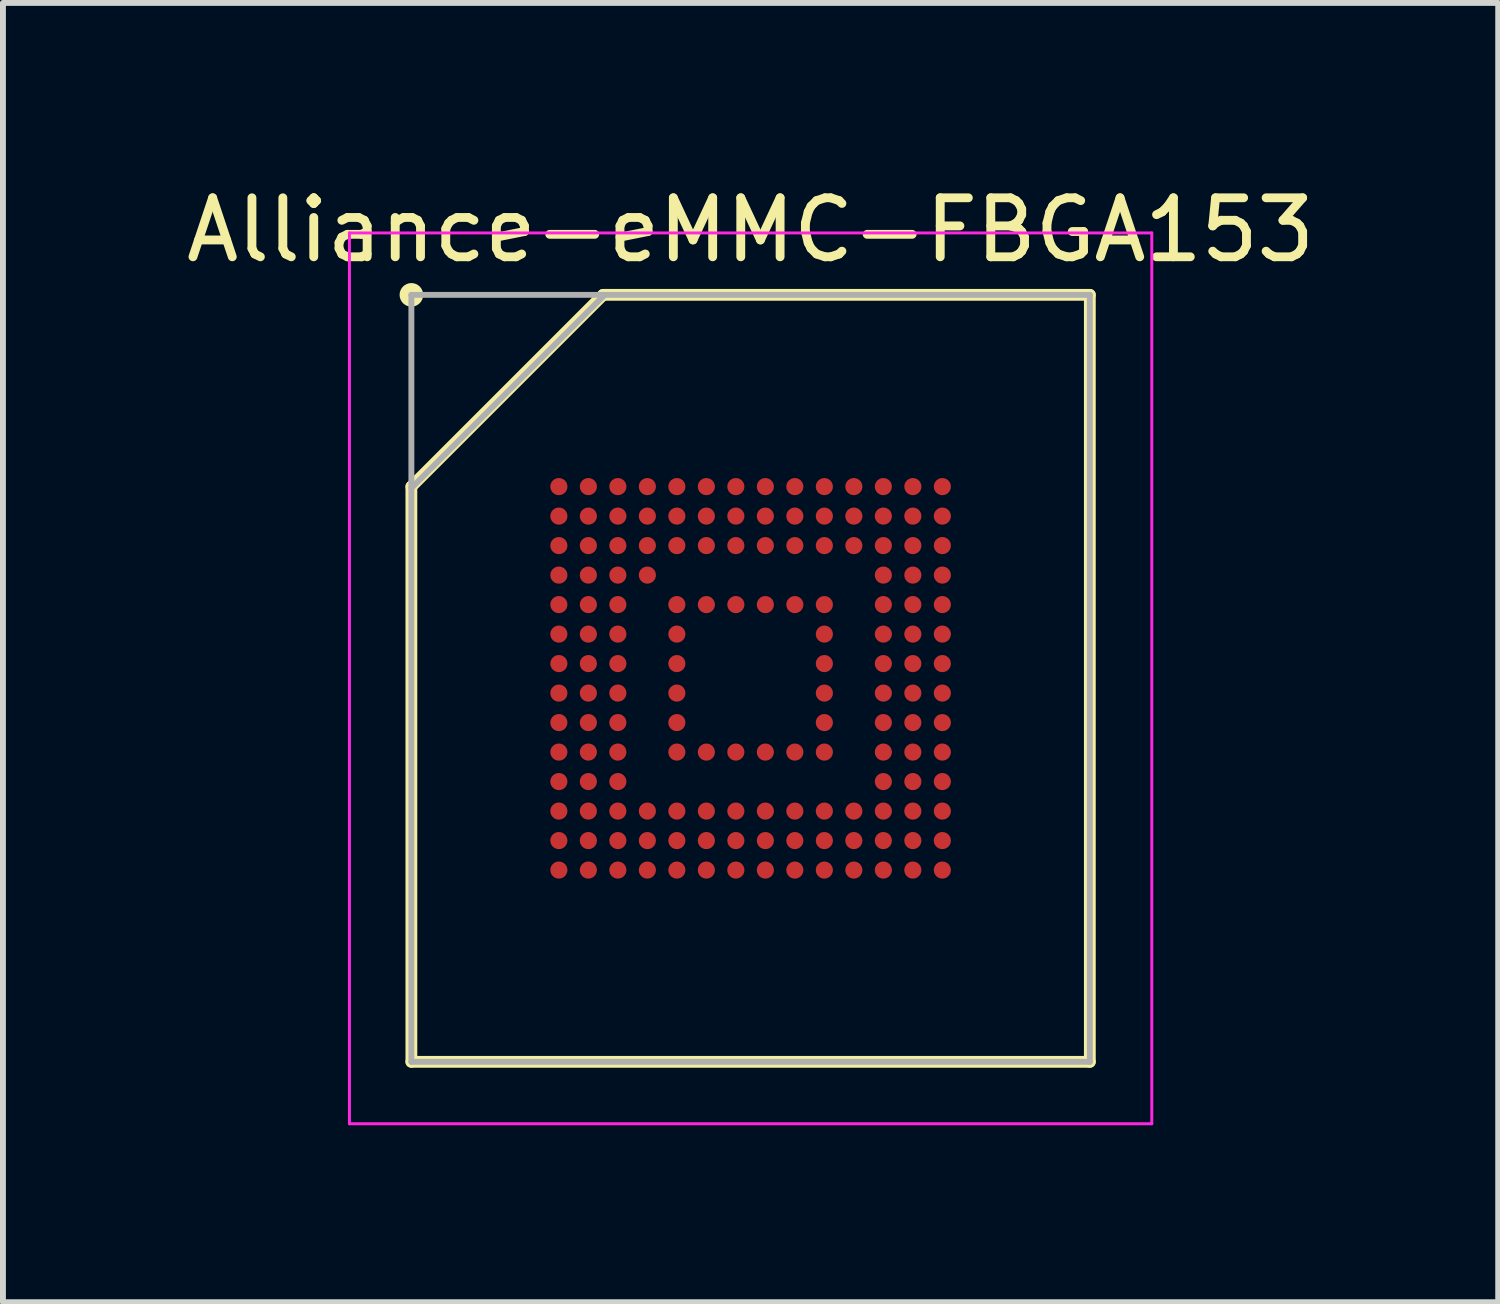
<source format=kicad_pcb>
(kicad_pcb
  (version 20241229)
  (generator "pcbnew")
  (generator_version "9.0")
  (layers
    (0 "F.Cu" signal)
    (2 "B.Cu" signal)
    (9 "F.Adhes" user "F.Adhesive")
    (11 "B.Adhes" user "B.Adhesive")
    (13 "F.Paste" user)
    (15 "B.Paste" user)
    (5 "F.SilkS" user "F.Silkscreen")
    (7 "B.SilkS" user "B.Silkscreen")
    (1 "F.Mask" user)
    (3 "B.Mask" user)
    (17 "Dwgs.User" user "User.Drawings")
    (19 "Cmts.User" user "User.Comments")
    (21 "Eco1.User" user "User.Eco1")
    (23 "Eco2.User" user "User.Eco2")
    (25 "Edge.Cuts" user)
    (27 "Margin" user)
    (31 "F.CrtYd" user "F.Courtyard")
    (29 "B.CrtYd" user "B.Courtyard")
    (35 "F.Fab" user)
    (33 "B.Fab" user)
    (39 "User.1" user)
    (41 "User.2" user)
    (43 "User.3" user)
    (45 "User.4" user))
  (footprint "Alliance-eMMC-FBGA153"
    (layer "F.Cu")
    (at 9.673 8.448)
    (property "Reference" "Alliance-eMMC-FBGA153" (at 0 -7.6 0) (layer "F.SilkS") (effects (font (size 1 1) (thickness 0.15))))
    (attr smd)
    (fp_line (start -5.75 -3.25) (end -2.5 -6.5) (stroke (width 0.2) (type solid)) (layer "F.SilkS"))
    (fp_line (start -5.75 6.5) (end -5.75 -3.25) (stroke (width 0.2) (type solid)) (layer "F.SilkS"))
    (fp_line (start -2.5 -6.5) (end 5.75 -6.5) (stroke (width 0.2) (type solid)) (layer "F.SilkS"))
    (fp_line (start 5.75 -6.5) (end 5.75 6.5) (stroke (width 0.2) (type solid)) (layer "F.SilkS"))
    (fp_line (start 5.75 6.5) (end -5.75 6.5) (stroke (width 0.2) (type solid)) (layer "F.SilkS"))
    (fp_circle (center -5.75 -6.5) (end -5.75 -6.4) (stroke (width 0.2) (type solid)) (fill no) (layer "F.SilkS"))
    (fp_line (start -6.8 -7.55) (end 6.8 -7.55) (stroke (width 0.05) (type solid)) (layer "F.CrtYd"))
    (fp_line (start -6.8 7.55) (end -6.8 -7.55) (stroke (width 0.05) (type solid)) (layer "F.CrtYd"))
    (fp_line (start 6.8 -7.55) (end 6.8 7.55) (stroke (width 0.05) (type solid)) (layer "F.CrtYd"))
    (fp_line (start 6.8 7.55) (end -6.8 7.55) (stroke (width 0.05) (type solid)) (layer "F.CrtYd"))
    (fp_line (start -5.75 -6.5) (end 5.75 -6.5) (stroke (width 0.1) (type solid)) (layer "F.Fab"))
    (fp_line (start -5.75 -3.225) (end -2.475 -6.5) (stroke (width 0.1) (type solid)) (layer "F.Fab"))
    (fp_line (start -5.75 6.5) (end -5.75 -6.5) (stroke (width 0.1) (type solid)) (layer "F.Fab"))
    (fp_line (start 5.75 -6.5) (end 5.75 6.5) (stroke (width 0.1) (type solid)) (layer "F.Fab"))
    (fp_line (start 5.75 6.5) (end -5.75 6.5) (stroke (width 0.1) (type solid)) (layer "F.Fab"))
    (pad "A1" smd circle (at -3.25 -3.25 90) (size 0.29 0.29) (layers "F.Cu" "F.Mask" "F.Paste"))
    (pad "A2" smd circle (at -2.75 -3.25 90) (size 0.29 0.29) (layers "F.Cu" "F.Mask" "F.Paste"))
    (pad "A3" smd circle (at -2.25 -3.25 90) (size 0.29 0.29) (layers "F.Cu" "F.Mask" "F.Paste"))
    (pad "A4" smd circle (at -1.75 -3.25 90) (size 0.29 0.29) (layers "F.Cu" "F.Mask" "F.Paste"))
    (pad "A5" smd circle (at -1.25 -3.25 90) (size 0.29 0.29) (layers "F.Cu" "F.Mask" "F.Paste"))
    (pad "A6" smd circle (at -0.75 -3.25 90) (size 0.29 0.29) (layers "F.Cu" "F.Mask" "F.Paste"))
    (pad "A7" smd circle (at -0.25 -3.25 90) (size 0.29 0.29) (layers "F.Cu" "F.Mask" "F.Paste"))
    (pad "A8" smd circle (at 0.25 -3.25 90) (size 0.29 0.29) (layers "F.Cu" "F.Mask" "F.Paste"))
    (pad "A9" smd circle (at 0.75 -3.25 90) (size 0.29 0.29) (layers "F.Cu" "F.Mask" "F.Paste"))
    (pad "A10" smd circle (at 1.25 -3.25 90) (size 0.29 0.29) (layers "F.Cu" "F.Mask" "F.Paste"))
    (pad "A11" smd circle (at 1.75 -3.25 90) (size 0.29 0.29) (layers "F.Cu" "F.Mask" "F.Paste"))
    (pad "A12" smd circle (at 2.25 -3.25 90) (size 0.29 0.29) (layers "F.Cu" "F.Mask" "F.Paste"))
    (pad "A13" smd circle (at 2.75 -3.25 90) (size 0.29 0.29) (layers "F.Cu" "F.Mask" "F.Paste"))
    (pad "A14" smd circle (at 3.25 -3.25 90) (size 0.29 0.29) (layers "F.Cu" "F.Mask" "F.Paste"))
    (pad "B1" smd circle (at -3.25 -2.75 90) (size 0.29 0.29) (layers "F.Cu" "F.Mask" "F.Paste"))
    (pad "B2" smd circle (at -2.75 -2.75 90) (size 0.29 0.29) (layers "F.Cu" "F.Mask" "F.Paste"))
    (pad "B3" smd circle (at -2.25 -2.75 90) (size 0.29 0.29) (layers "F.Cu" "F.Mask" "F.Paste"))
    (pad "B4" smd circle (at -1.75 -2.75 90) (size 0.29 0.29) (layers "F.Cu" "F.Mask" "F.Paste"))
    (pad "B5" smd circle (at -1.25 -2.75 90) (size 0.29 0.29) (layers "F.Cu" "F.Mask" "F.Paste"))
    (pad "B6" smd circle (at -0.75 -2.75 90) (size 0.29 0.29) (layers "F.Cu" "F.Mask" "F.Paste"))
    (pad "B7" smd circle (at -0.25 -2.75 90) (size 0.29 0.29) (layers "F.Cu" "F.Mask" "F.Paste"))
    (pad "B8" smd circle (at 0.25 -2.75 90) (size 0.29 0.29) (layers "F.Cu" "F.Mask" "F.Paste"))
    (pad "B9" smd circle (at 0.75 -2.75 90) (size 0.29 0.29) (layers "F.Cu" "F.Mask" "F.Paste"))
    (pad "B10" smd circle (at 1.25 -2.75 90) (size 0.29 0.29) (layers "F.Cu" "F.Mask" "F.Paste"))
    (pad "B11" smd circle (at 1.75 -2.75 90) (size 0.29 0.29) (layers "F.Cu" "F.Mask" "F.Paste"))
    (pad "B12" smd circle (at 2.25 -2.75 90) (size 0.29 0.29) (layers "F.Cu" "F.Mask" "F.Paste"))
    (pad "B13" smd circle (at 2.75 -2.75 90) (size 0.29 0.29) (layers "F.Cu" "F.Mask" "F.Paste"))
    (pad "B14" smd circle (at 3.25 -2.75 90) (size 0.29 0.29) (layers "F.Cu" "F.Mask" "F.Paste"))
    (pad "C1" smd circle (at -3.25 -2.25 90) (size 0.29 0.29) (layers "F.Cu" "F.Mask" "F.Paste"))
    (pad "C2" smd circle (at -2.75 -2.25 90) (size 0.29 0.29) (layers "F.Cu" "F.Mask" "F.Paste"))
    (pad "C3" smd circle (at -2.25 -2.25 90) (size 0.29 0.29) (layers "F.Cu" "F.Mask" "F.Paste"))
    (pad "C4" smd circle (at -1.75 -2.25 90) (size 0.29 0.29) (layers "F.Cu" "F.Mask" "F.Paste"))
    (pad "C5" smd circle (at -1.25 -2.25 90) (size 0.29 0.29) (layers "F.Cu" "F.Mask" "F.Paste"))
    (pad "C6" smd circle (at -0.75 -2.25 90) (size 0.29 0.29) (layers "F.Cu" "F.Mask" "F.Paste"))
    (pad "C7" smd circle (at -0.25 -2.25 90) (size 0.29 0.29) (layers "F.Cu" "F.Mask" "F.Paste"))
    (pad "C8" smd circle (at 0.25 -2.25 90) (size 0.29 0.29) (layers "F.Cu" "F.Mask" "F.Paste"))
    (pad "C9" smd circle (at 0.75 -2.25 90) (size 0.29 0.29) (layers "F.Cu" "F.Mask" "F.Paste"))
    (pad "C10" smd circle (at 1.25 -2.25 90) (size 0.29 0.29) (layers "F.Cu" "F.Mask" "F.Paste"))
    (pad "C11" smd circle (at 1.75 -2.25 90) (size 0.29 0.29) (layers "F.Cu" "F.Mask" "F.Paste"))
    (pad "C12" smd circle (at 2.25 -2.25 90) (size 0.29 0.29) (layers "F.Cu" "F.Mask" "F.Paste"))
    (pad "C13" smd circle (at 2.75 -2.25 90) (size 0.29 0.29) (layers "F.Cu" "F.Mask" "F.Paste"))
    (pad "C14" smd circle (at 3.25 -2.25 90) (size 0.29 0.29) (layers "F.Cu" "F.Mask" "F.Paste"))
    (pad "D1" smd circle (at -3.25 -1.75 90) (size 0.29 0.29) (layers "F.Cu" "F.Mask" "F.Paste"))
    (pad "D2" smd circle (at -2.75 -1.75 90) (size 0.29 0.29) (layers "F.Cu" "F.Mask" "F.Paste"))
    (pad "D3" smd circle (at -2.25 -1.75 90) (size 0.29 0.29) (layers "F.Cu" "F.Mask" "F.Paste"))
    (pad "D4" smd circle (at -1.75 -1.75 90) (size 0.29 0.29) (layers "F.Cu" "F.Mask" "F.Paste"))
    (pad "D12" smd circle (at 2.25 -1.75 90) (size 0.29 0.29) (layers "F.Cu" "F.Mask" "F.Paste"))
    (pad "D13" smd circle (at 2.75 -1.75 90) (size 0.29 0.29) (layers "F.Cu" "F.Mask" "F.Paste"))
    (pad "D14" smd circle (at 3.25 -1.75 90) (size 0.29 0.29) (layers "F.Cu" "F.Mask" "F.Paste"))
    (pad "E1" smd circle (at -3.25 -1.25 90) (size 0.29 0.29) (layers "F.Cu" "F.Mask" "F.Paste"))
    (pad "E2" smd circle (at -2.75 -1.25 90) (size 0.29 0.29) (layers "F.Cu" "F.Mask" "F.Paste"))
    (pad "E3" smd circle (at -2.25 -1.25 90) (size 0.29 0.29) (layers "F.Cu" "F.Mask" "F.Paste"))
    (pad "E5" smd circle (at -1.25 -1.25 90) (size 0.29 0.29) (layers "F.Cu" "F.Mask" "F.Paste"))
    (pad "E6" smd circle (at -0.75 -1.25 90) (size 0.29 0.29) (layers "F.Cu" "F.Mask" "F.Paste"))
    (pad "E7" smd circle (at -0.25 -1.25 90) (size 0.29 0.29) (layers "F.Cu" "F.Mask" "F.Paste"))
    (pad "E8" smd circle (at 0.25 -1.25 90) (size 0.29 0.29) (layers "F.Cu" "F.Mask" "F.Paste"))
    (pad "E9" smd circle (at 0.75 -1.25 90) (size 0.29 0.29) (layers "F.Cu" "F.Mask" "F.Paste"))
    (pad "E10" smd circle (at 1.25 -1.25 90) (size 0.29 0.29) (layers "F.Cu" "F.Mask" "F.Paste"))
    (pad "E12" smd circle (at 2.25 -1.25 90) (size 0.29 0.29) (layers "F.Cu" "F.Mask" "F.Paste"))
    (pad "E13" smd circle (at 2.75 -1.25 90) (size 0.29 0.29) (layers "F.Cu" "F.Mask" "F.Paste"))
    (pad "E14" smd circle (at 3.25 -1.25 90) (size 0.29 0.29) (layers "F.Cu" "F.Mask" "F.Paste"))
    (pad "F1" smd circle (at -3.25 -0.75 90) (size 0.29 0.29) (layers "F.Cu" "F.Mask" "F.Paste"))
    (pad "F2" smd circle (at -2.75 -0.75 90) (size 0.29 0.29) (layers "F.Cu" "F.Mask" "F.Paste"))
    (pad "F3" smd circle (at -2.25 -0.75 90) (size 0.29 0.29) (layers "F.Cu" "F.Mask" "F.Paste"))
    (pad "F5" smd circle (at -1.25 -0.75 90) (size 0.29 0.29) (layers "F.Cu" "F.Mask" "F.Paste"))
    (pad "F10" smd circle (at 1.25 -0.75 90) (size 0.29 0.29) (layers "F.Cu" "F.Mask" "F.Paste"))
    (pad "F12" smd circle (at 2.25 -0.75 90) (size 0.29 0.29) (layers "F.Cu" "F.Mask" "F.Paste"))
    (pad "F13" smd circle (at 2.75 -0.75 90) (size 0.29 0.29) (layers "F.Cu" "F.Mask" "F.Paste"))
    (pad "F14" smd circle (at 3.25 -0.75 90) (size 0.29 0.29) (layers "F.Cu" "F.Mask" "F.Paste"))
    (pad "G1" smd circle (at -3.25 -0.25 90) (size 0.29 0.29) (layers "F.Cu" "F.Mask" "F.Paste"))
    (pad "G2" smd circle (at -2.75 -0.25 90) (size 0.29 0.29) (layers "F.Cu" "F.Mask" "F.Paste"))
    (pad "G3" smd circle (at -2.25 -0.25 90) (size 0.29 0.29) (layers "F.Cu" "F.Mask" "F.Paste"))
    (pad "G5" smd circle (at -1.25 -0.25 90) (size 0.29 0.29) (layers "F.Cu" "F.Mask" "F.Paste"))
    (pad "G10" smd circle (at 1.25 -0.25 90) (size 0.29 0.29) (layers "F.Cu" "F.Mask" "F.Paste"))
    (pad "G12" smd circle (at 2.25 -0.25 90) (size 0.29 0.29) (layers "F.Cu" "F.Mask" "F.Paste"))
    (pad "G13" smd circle (at 2.75 -0.25 90) (size 0.29 0.29) (layers "F.Cu" "F.Mask" "F.Paste"))
    (pad "G14" smd circle (at 3.25 -0.25 90) (size 0.29 0.29) (layers "F.Cu" "F.Mask" "F.Paste"))
    (pad "H1" smd circle (at -3.25 0.25 90) (size 0.29 0.29) (layers "F.Cu" "F.Mask" "F.Paste"))
    (pad "H2" smd circle (at -2.75 0.25 90) (size 0.29 0.29) (layers "F.Cu" "F.Mask" "F.Paste"))
    (pad "H3" smd circle (at -2.25 0.25 90) (size 0.29 0.29) (layers "F.Cu" "F.Mask" "F.Paste"))
    (pad "H5" smd circle (at -1.25 0.25 90) (size 0.29 0.29) (layers "F.Cu" "F.Mask" "F.Paste"))
    (pad "H10" smd circle (at 1.25 0.25 90) (size 0.29 0.29) (layers "F.Cu" "F.Mask" "F.Paste"))
    (pad "H12" smd circle (at 2.25 0.25 90) (size 0.29 0.29) (layers "F.Cu" "F.Mask" "F.Paste"))
    (pad "H13" smd circle (at 2.75 0.25 90) (size 0.29 0.29) (layers "F.Cu" "F.Mask" "F.Paste"))
    (pad "H14" smd circle (at 3.25 0.25 90) (size 0.29 0.29) (layers "F.Cu" "F.Mask" "F.Paste"))
    (pad "J1" smd circle (at -3.25 0.75 90) (size 0.29 0.29) (layers "F.Cu" "F.Mask" "F.Paste"))
    (pad "J2" smd circle (at -2.75 0.75 90) (size 0.29 0.29) (layers "F.Cu" "F.Mask" "F.Paste"))
    (pad "J3" smd circle (at -2.25 0.75 90) (size 0.29 0.29) (layers "F.Cu" "F.Mask" "F.Paste"))
    (pad "J5" smd circle (at -1.25 0.75 90) (size 0.29 0.29) (layers "F.Cu" "F.Mask" "F.Paste"))
    (pad "J10" smd circle (at 1.25 0.75 90) (size 0.29 0.29) (layers "F.Cu" "F.Mask" "F.Paste"))
    (pad "J12" smd circle (at 2.25 0.75 90) (size 0.29 0.29) (layers "F.Cu" "F.Mask" "F.Paste"))
    (pad "J13" smd circle (at 2.75 0.75 90) (size 0.29 0.29) (layers "F.Cu" "F.Mask" "F.Paste"))
    (pad "J14" smd circle (at 3.25 0.75 90) (size 0.29 0.29) (layers "F.Cu" "F.Mask" "F.Paste"))
    (pad "K1" smd circle (at -3.25 1.25 90) (size 0.29 0.29) (layers "F.Cu" "F.Mask" "F.Paste"))
    (pad "K2" smd circle (at -2.75 1.25 90) (size 0.29 0.29) (layers "F.Cu" "F.Mask" "F.Paste"))
    (pad "K3" smd circle (at -2.25 1.25 90) (size 0.29 0.29) (layers "F.Cu" "F.Mask" "F.Paste"))
    (pad "K5" smd circle (at -1.25 1.25 90) (size 0.29 0.29) (layers "F.Cu" "F.Mask" "F.Paste"))
    (pad "K6" smd circle (at -0.75 1.25 90) (size 0.29 0.29) (layers "F.Cu" "F.Mask" "F.Paste"))
    (pad "K7" smd circle (at -0.25 1.25 90) (size 0.29 0.29) (layers "F.Cu" "F.Mask" "F.Paste"))
    (pad "K8" smd circle (at 0.25 1.25 90) (size 0.29 0.29) (layers "F.Cu" "F.Mask" "F.Paste"))
    (pad "K9" smd circle (at 0.75 1.25 90) (size 0.29 0.29) (layers "F.Cu" "F.Mask" "F.Paste"))
    (pad "K10" smd circle (at 1.25 1.25 90) (size 0.29 0.29) (layers "F.Cu" "F.Mask" "F.Paste"))
    (pad "K12" smd circle (at 2.25 1.25 90) (size 0.29 0.29) (layers "F.Cu" "F.Mask" "F.Paste"))
    (pad "K13" smd circle (at 2.75 1.25 90) (size 0.29 0.29) (layers "F.Cu" "F.Mask" "F.Paste"))
    (pad "K14" smd circle (at 3.25 1.25 90) (size 0.29 0.29) (layers "F.Cu" "F.Mask" "F.Paste"))
    (pad "L1" smd circle (at -3.25 1.75 90) (size 0.29 0.29) (layers "F.Cu" "F.Mask" "F.Paste"))
    (pad "L2" smd circle (at -2.75 1.75 90) (size 0.29 0.29) (layers "F.Cu" "F.Mask" "F.Paste"))
    (pad "L3" smd circle (at -2.25 1.75 90) (size 0.29 0.29) (layers "F.Cu" "F.Mask" "F.Paste"))
    (pad "L12" smd circle (at 2.25 1.75 90) (size 0.29 0.29) (layers "F.Cu" "F.Mask" "F.Paste"))
    (pad "L13" smd circle (at 2.75 1.75 90) (size 0.29 0.29) (layers "F.Cu" "F.Mask" "F.Paste"))
    (pad "L14" smd circle (at 3.25 1.75 90) (size 0.29 0.29) (layers "F.Cu" "F.Mask" "F.Paste"))
    (pad "M1" smd circle (at -3.25 2.25 90) (size 0.29 0.29) (layers "F.Cu" "F.Mask" "F.Paste"))
    (pad "M2" smd circle (at -2.75 2.25 90) (size 0.29 0.29) (layers "F.Cu" "F.Mask" "F.Paste"))
    (pad "M3" smd circle (at -2.25 2.25 90) (size 0.29 0.29) (layers "F.Cu" "F.Mask" "F.Paste"))
    (pad "M4" smd circle (at -1.75 2.25 90) (size 0.29 0.29) (layers "F.Cu" "F.Mask" "F.Paste"))
    (pad "M5" smd circle (at -1.25 2.25 90) (size 0.29 0.29) (layers "F.Cu" "F.Mask" "F.Paste"))
    (pad "M6" smd circle (at -0.75 2.25 90) (size 0.29 0.29) (layers "F.Cu" "F.Mask" "F.Paste"))
    (pad "M7" smd circle (at -0.25 2.25 90) (size 0.29 0.29) (layers "F.Cu" "F.Mask" "F.Paste"))
    (pad "M8" smd circle (at 0.25 2.25 90) (size 0.29 0.29) (layers "F.Cu" "F.Mask" "F.Paste"))
    (pad "M9" smd circle (at 0.75 2.25 90) (size 0.29 0.29) (layers "F.Cu" "F.Mask" "F.Paste"))
    (pad "M10" smd circle (at 1.25 2.25 90) (size 0.29 0.29) (layers "F.Cu" "F.Mask" "F.Paste"))
    (pad "M11" smd circle (at 1.75 2.25 90) (size 0.29 0.29) (layers "F.Cu" "F.Mask" "F.Paste"))
    (pad "M12" smd circle (at 2.25 2.25 90) (size 0.29 0.29) (layers "F.Cu" "F.Mask" "F.Paste"))
    (pad "M13" smd circle (at 2.75 2.25 90) (size 0.29 0.29) (layers "F.Cu" "F.Mask" "F.Paste"))
    (pad "M14" smd circle (at 3.25 2.25 90) (size 0.29 0.29) (layers "F.Cu" "F.Mask" "F.Paste"))
    (pad "N1" smd circle (at -3.25 2.75 90) (size 0.29 0.29) (layers "F.Cu" "F.Mask" "F.Paste"))
    (pad "N2" smd circle (at -2.75 2.75 90) (size 0.29 0.29) (layers "F.Cu" "F.Mask" "F.Paste"))
    (pad "N3" smd circle (at -2.25 2.75 90) (size 0.29 0.29) (layers "F.Cu" "F.Mask" "F.Paste"))
    (pad "N4" smd circle (at -1.75 2.75 90) (size 0.29 0.29) (layers "F.Cu" "F.Mask" "F.Paste"))
    (pad "N5" smd circle (at -1.25 2.75 90) (size 0.29 0.29) (layers "F.Cu" "F.Mask" "F.Paste"))
    (pad "N6" smd circle (at -0.75 2.75 90) (size 0.29 0.29) (layers "F.Cu" "F.Mask" "F.Paste"))
    (pad "N7" smd circle (at -0.25 2.75 90) (size 0.29 0.29) (layers "F.Cu" "F.Mask" "F.Paste"))
    (pad "N8" smd circle (at 0.25 2.75 90) (size 0.29 0.29) (layers "F.Cu" "F.Mask" "F.Paste"))
    (pad "N9" smd circle (at 0.75 2.75 90) (size 0.29 0.29) (layers "F.Cu" "F.Mask" "F.Paste"))
    (pad "N10" smd circle (at 1.25 2.75 90) (size 0.29 0.29) (layers "F.Cu" "F.Mask" "F.Paste"))
    (pad "N11" smd circle (at 1.75 2.75 90) (size 0.29 0.29) (layers "F.Cu" "F.Mask" "F.Paste"))
    (pad "N12" smd circle (at 2.25 2.75 90) (size 0.29 0.29) (layers "F.Cu" "F.Mask" "F.Paste"))
    (pad "N13" smd circle (at 2.75 2.75 90) (size 0.29 0.29) (layers "F.Cu" "F.Mask" "F.Paste"))
    (pad "N14" smd circle (at 3.25 2.75 90) (size 0.29 0.29) (layers "F.Cu" "F.Mask" "F.Paste"))
    (pad "P1" smd circle (at -3.25 3.25 90) (size 0.29 0.29) (layers "F.Cu" "F.Mask" "F.Paste"))
    (pad "P2" smd circle (at -2.75 3.25 90) (size 0.29 0.29) (layers "F.Cu" "F.Mask" "F.Paste"))
    (pad "P3" smd circle (at -2.25 3.25 90) (size 0.29 0.29) (layers "F.Cu" "F.Mask" "F.Paste"))
    (pad "P4" smd circle (at -1.75 3.25 90) (size 0.29 0.29) (layers "F.Cu" "F.Mask" "F.Paste"))
    (pad "P5" smd circle (at -1.25 3.25 90) (size 0.29 0.29) (layers "F.Cu" "F.Mask" "F.Paste"))
    (pad "P6" smd circle (at -0.75 3.25 90) (size 0.29 0.29) (layers "F.Cu" "F.Mask" "F.Paste"))
    (pad "P7" smd circle (at -0.25 3.25 90) (size 0.29 0.29) (layers "F.Cu" "F.Mask" "F.Paste"))
    (pad "P8" smd circle (at 0.25 3.25 90) (size 0.29 0.29) (layers "F.Cu" "F.Mask" "F.Paste"))
    (pad "P9" smd circle (at 0.75 3.25 90) (size 0.29 0.29) (layers "F.Cu" "F.Mask" "F.Paste"))
    (pad "P10" smd circle (at 1.25 3.25 90) (size 0.29 0.29) (layers "F.Cu" "F.Mask" "F.Paste"))
    (pad "P11" smd circle (at 1.75 3.25 90) (size 0.29 0.29) (layers "F.Cu" "F.Mask" "F.Paste"))
    (pad "P12" smd circle (at 2.25 3.25 90) (size 0.29 0.29) (layers "F.Cu" "F.Mask" "F.Paste"))
    (pad "P13" smd circle (at 2.75 3.25 90) (size 0.29 0.29) (layers "F.Cu" "F.Mask" "F.Paste"))
    (pad "P14" smd circle (at 3.25 3.25 90) (size 0.29 0.29) (layers "F.Cu" "F.Mask" "F.Paste")))
  (gr_rect
    (start -3 -3)
    (end 22.345 19.023)
    (stroke (width 0.1) (type default))
    (fill no)
    (layer "Edge.Cuts")))
</source>
